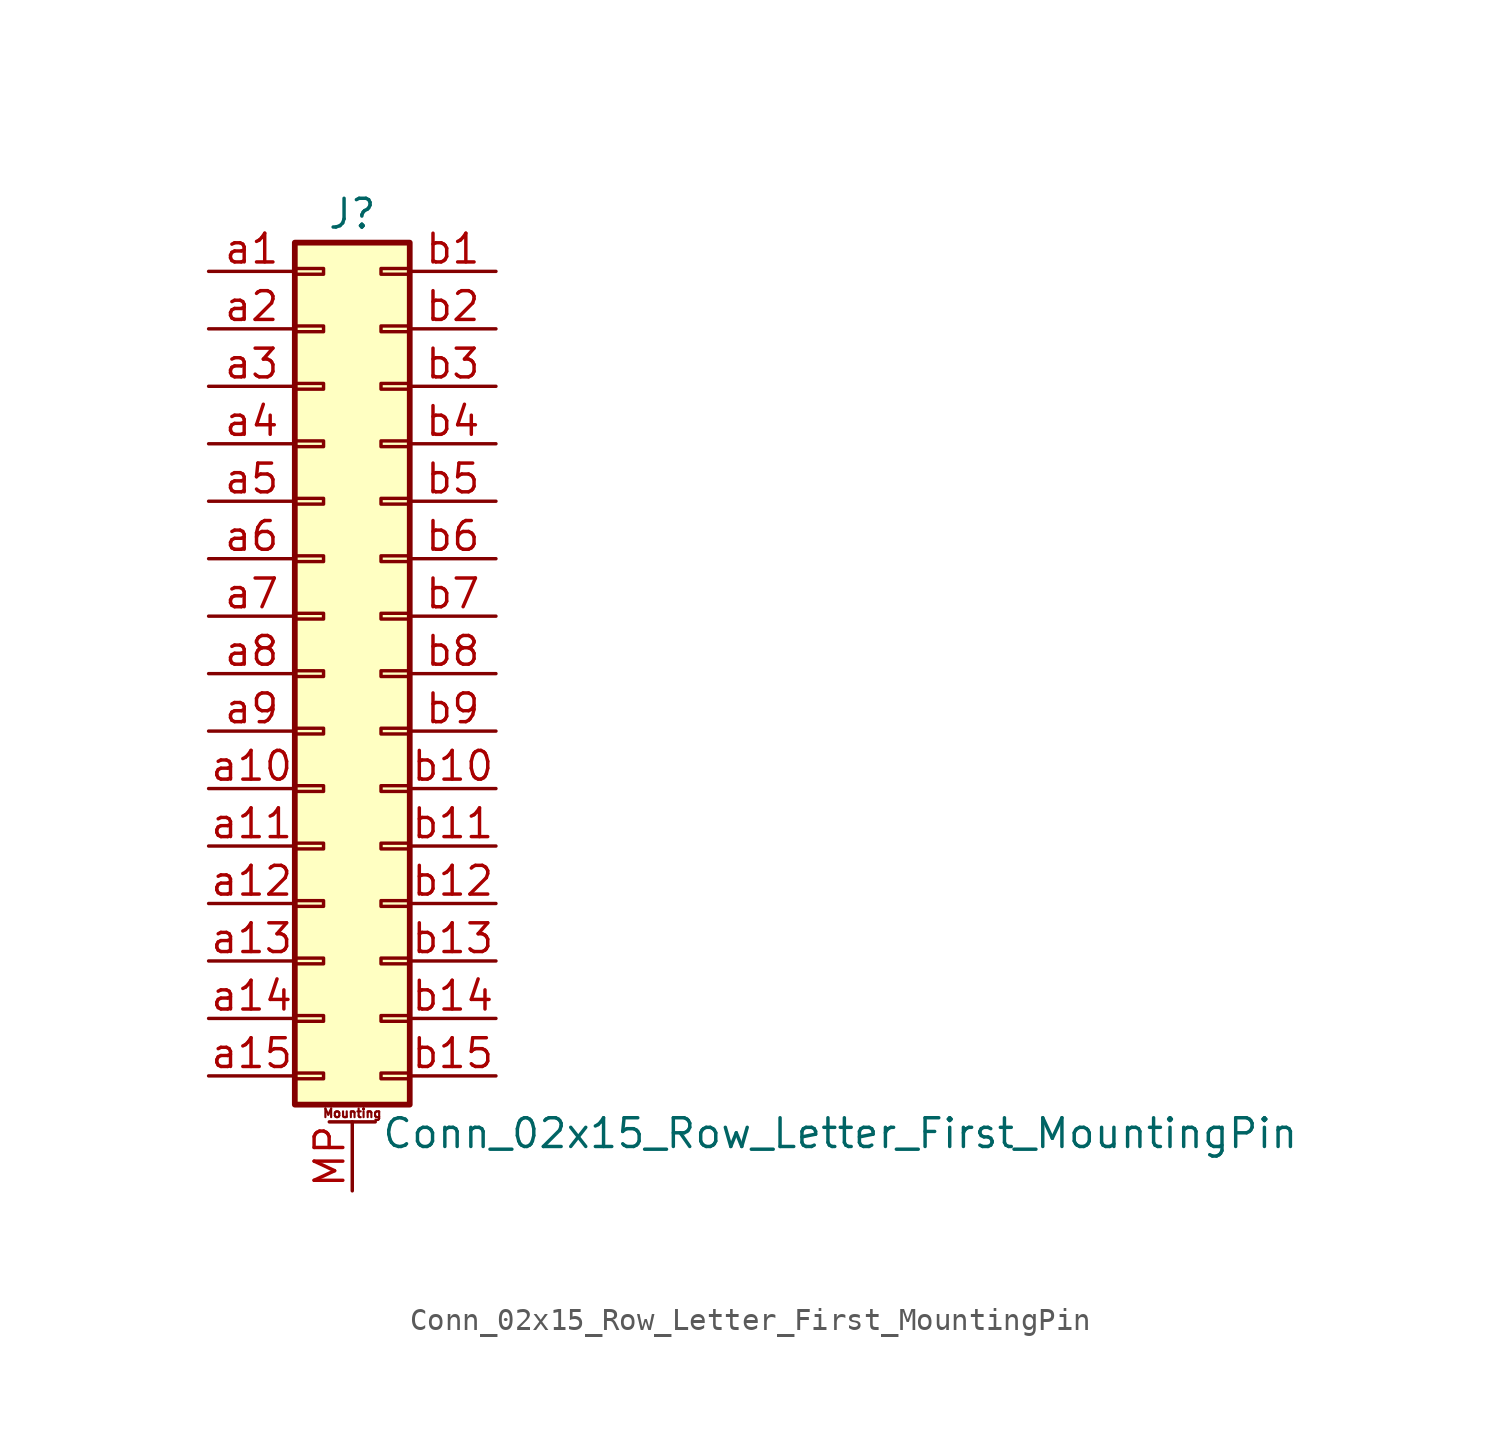
<source format=kicad_sym>
(kicad_symbol_lib
  (version 20201005)
  (generator kicad_symbol_editor)
  (symbol "Conn_02x15_Row_Letter_First_MountingPin"
    (pin_names
      (offset 1.016) hide)
    (property "Reference" "J"
      (at 1.27 20.32 0)
      (effects (font (size 1.27 1.27))))
    (property "Value" "Conn_02x15_Row_Letter_First_MountingPin"
      (at 2.54 -20.32 0)
      (effects (font (size 1.27 1.27)) (justify left)))
    (symbol "Conn_02x15_Row_Letter_First_MountingPin_1_1"
      (text "Mounting" (at 1.27 -19.431 0) (effects (font (size 0.381 0.381))))
      (rectangle (start -1.27 -17.653) (end 0 -17.907) (stroke (width 0.152)) (fill (type none)))
      (rectangle (start -1.27 -15.113) (end 0 -15.367) (stroke (width 0.152)) (fill (type none)))
      (rectangle (start -1.27 -12.573) (end 0 -12.827) (stroke (width 0.152)) (fill (type none)))
      (rectangle (start -1.27 -10.033) (end 0 -10.287) (stroke (width 0.152)) (fill (type none)))
      (rectangle (start -1.27 -7.493) (end 0 -7.747) (stroke (width 0.152)) (fill (type none)))
      (rectangle (start -1.27 -4.953) (end 0 -5.207) (stroke (width 0.152)) (fill (type none)))
      (rectangle (start -1.27 -2.413) (end 0 -2.667) (stroke (width 0.152)) (fill (type none)))
      (rectangle (start -1.27 0.127) (end 0 -0.127) (stroke (width 0.152)) (fill (type none)))
      (rectangle (start -1.27 2.667) (end 0 2.413) (stroke (width 0.152)) (fill (type none)))
      (rectangle (start -1.27 5.207) (end 0 4.953) (stroke (width 0.152)) (fill (type none)))
      (rectangle (start -1.27 7.747) (end 0 7.493) (stroke (width 0.152)) (fill (type none)))
      (rectangle (start -1.27 10.287) (end 0 10.033) (stroke (width 0.152)) (fill (type none)))
      (rectangle (start -1.27 12.827) (end 0 12.573) (stroke (width 0.152)) (fill (type none)))
      (rectangle (start -1.27 15.367) (end 0 15.113) (stroke (width 0.152)) (fill (type none)))
      (rectangle (start -1.27 17.907) (end 0 17.653) (stroke (width 0.152)) (fill (type none)))
      (rectangle (start -1.27 19.05) (end 3.81 -19.05) (stroke (width 0.254)) (fill (type background)))
      (rectangle (start 3.81 -17.653) (end 2.54 -17.907) (stroke (width 0.152)) (fill (type none)))
      (rectangle (start 3.81 -15.113) (end 2.54 -15.367) (stroke (width 0.152)) (fill (type none)))
      (rectangle (start 3.81 -12.573) (end 2.54 -12.827) (stroke (width 0.152)) (fill (type none)))
      (rectangle (start 3.81 -10.033) (end 2.54 -10.287) (stroke (width 0.152)) (fill (type none)))
      (rectangle (start 3.81 -7.493) (end 2.54 -7.747) (stroke (width 0.152)) (fill (type none)))
      (rectangle (start 3.81 -4.953) (end 2.54 -5.207) (stroke (width 0.152)) (fill (type none)))
      (rectangle (start 3.81 -2.413) (end 2.54 -2.667) (stroke (width 0.152)) (fill (type none)))
      (rectangle (start 3.81 0.127) (end 2.54 -0.127) (stroke (width 0.152)) (fill (type none)))
      (rectangle (start 3.81 2.667) (end 2.54 2.413) (stroke (width 0.152)) (fill (type none)))
      (rectangle (start 3.81 5.207) (end 2.54 4.953) (stroke (width 0.152)) (fill (type none)))
      (rectangle (start 3.81 7.747) (end 2.54 7.493) (stroke (width 0.152)) (fill (type none)))
      (rectangle (start 3.81 10.287) (end 2.54 10.033) (stroke (width 0.152)) (fill (type none)))
      (rectangle (start 3.81 12.827) (end 2.54 12.573) (stroke (width 0.152)) (fill (type none)))
      (rectangle (start 3.81 15.367) (end 2.54 15.113) (stroke (width 0.152)) (fill (type none)))
      (rectangle (start 3.81 17.907) (end 2.54 17.653) (stroke (width 0.152)) (fill (type none)))
      (polyline (pts (xy 0.254 -19.812) (xy 2.286 -19.812)) (stroke (width 0.152)) (fill (type none)))
      (pin passive line (at 1.27 -22.86 90) (length 3.048) (name "MountPin" (effects (font (size 1.27 1.27)))) (number "MP" (effects (font (size 1.27 1.27)))))
      (pin passive line (at -5.08 17.78 0) (length 3.81) (name "Pin_a1" (effects (font (size 1.27 1.27)))) (number "a1" (effects (font (size 1.27 1.27)))))
      (pin passive line (at -5.08 -5.08 0) (length 3.81) (name "Pin_a10" (effects (font (size 1.27 1.27)))) (number "a10" (effects (font (size 1.27 1.27)))))
      (pin passive line (at -5.08 -7.62 0) (length 3.81) (name "Pin_a11" (effects (font (size 1.27 1.27)))) (number "a11" (effects (font (size 1.27 1.27)))))
      (pin passive line (at -5.08 -10.16 0) (length 3.81) (name "Pin_a12" (effects (font (size 1.27 1.27)))) (number "a12" (effects (font (size 1.27 1.27)))))
      (pin passive line (at -5.08 -12.7 0) (length 3.81) (name "Pin_a13" (effects (font (size 1.27 1.27)))) (number "a13" (effects (font (size 1.27 1.27)))))
      (pin passive line (at -5.08 -15.24 0) (length 3.81) (name "Pin_a14" (effects (font (size 1.27 1.27)))) (number "a14" (effects (font (size 1.27 1.27)))))
      (pin passive line (at -5.08 -17.78 0) (length 3.81) (name "Pin_a15" (effects (font (size 1.27 1.27)))) (number "a15" (effects (font (size 1.27 1.27)))))
      (pin passive line (at -5.08 15.24 0) (length 3.81) (name "Pin_a2" (effects (font (size 1.27 1.27)))) (number "a2" (effects (font (size 1.27 1.27)))))
      (pin passive line (at -5.08 12.7 0) (length 3.81) (name "Pin_a3" (effects (font (size 1.27 1.27)))) (number "a3" (effects (font (size 1.27 1.27)))))
      (pin passive line (at -5.08 10.16 0) (length 3.81) (name "Pin_a4" (effects (font (size 1.27 1.27)))) (number "a4" (effects (font (size 1.27 1.27)))))
      (pin passive line (at -5.08 7.62 0) (length 3.81) (name "Pin_a5" (effects (font (size 1.27 1.27)))) (number "a5" (effects (font (size 1.27 1.27)))))
      (pin passive line (at -5.08 5.08 0) (length 3.81) (name "Pin_a6" (effects (font (size 1.27 1.27)))) (number "a6" (effects (font (size 1.27 1.27)))))
      (pin passive line (at -5.08 2.54 0) (length 3.81) (name "Pin_a7" (effects (font (size 1.27 1.27)))) (number "a7" (effects (font (size 1.27 1.27)))))
      (pin passive line (at -5.08 0 0) (length 3.81) (name "Pin_a8" (effects (font (size 1.27 1.27)))) (number "a8" (effects (font (size 1.27 1.27)))))
      (pin passive line (at -5.08 -2.54 0) (length 3.81) (name "Pin_a9" (effects (font (size 1.27 1.27)))) (number "a9" (effects (font (size 1.27 1.27)))))
      (pin passive line (at 7.62 17.78 180) (length 3.81) (name "Pin_b1" (effects (font (size 1.27 1.27)))) (number "b1" (effects (font (size 1.27 1.27)))))
      (pin passive line (at 7.62 -5.08 180) (length 3.81) (name "Pin_b10" (effects (font (size 1.27 1.27)))) (number "b10" (effects (font (size 1.27 1.27)))))
      (pin passive line (at 7.62 -7.62 180) (length 3.81) (name "Pin_b11" (effects (font (size 1.27 1.27)))) (number "b11" (effects (font (size 1.27 1.27)))))
      (pin passive line (at 7.62 -10.16 180) (length 3.81) (name "Pin_b12" (effects (font (size 1.27 1.27)))) (number "b12" (effects (font (size 1.27 1.27)))))
      (pin passive line (at 7.62 -12.7 180) (length 3.81) (name "Pin_b13" (effects (font (size 1.27 1.27)))) (number "b13" (effects (font (size 1.27 1.27)))))
      (pin passive line (at 7.62 -15.24 180) (length 3.81) (name "Pin_b14" (effects (font (size 1.27 1.27)))) (number "b14" (effects (font (size 1.27 1.27)))))
      (pin passive line (at 7.62 -17.78 180) (length 3.81) (name "Pin_b15" (effects (font (size 1.27 1.27)))) (number "b15" (effects (font (size 1.27 1.27)))))
      (pin passive line (at 7.62 15.24 180) (length 3.81) (name "Pin_b2" (effects (font (size 1.27 1.27)))) (number "b2" (effects (font (size 1.27 1.27)))))
      (pin passive line (at 7.62 12.7 180) (length 3.81) (name "Pin_b3" (effects (font (size 1.27 1.27)))) (number "b3" (effects (font (size 1.27 1.27)))))
      (pin passive line (at 7.62 10.16 180) (length 3.81) (name "Pin_b4" (effects (font (size 1.27 1.27)))) (number "b4" (effects (font (size 1.27 1.27)))))
      (pin passive line (at 7.62 7.62 180) (length 3.81) (name "Pin_b5" (effects (font (size 1.27 1.27)))) (number "b5" (effects (font (size 1.27 1.27)))))
      (pin passive line (at 7.62 5.08 180) (length 3.81) (name "Pin_b6" (effects (font (size 1.27 1.27)))) (number "b6" (effects (font (size 1.27 1.27)))))
      (pin passive line (at 7.62 2.54 180) (length 3.81) (name "Pin_b7" (effects (font (size 1.27 1.27)))) (number "b7" (effects (font (size 1.27 1.27)))))
      (pin passive line (at 7.62 0 180) (length 3.81) (name "Pin_b8" (effects (font (size 1.27 1.27)))) (number "b8" (effects (font (size 1.27 1.27)))))
      (pin passive line (at 7.62 -2.54 180) (length 3.81) (name "Pin_b9" (effects (font (size 1.27 1.27)))) (number "b9" (effects (font (size 1.27 1.27))))))))
</source>
